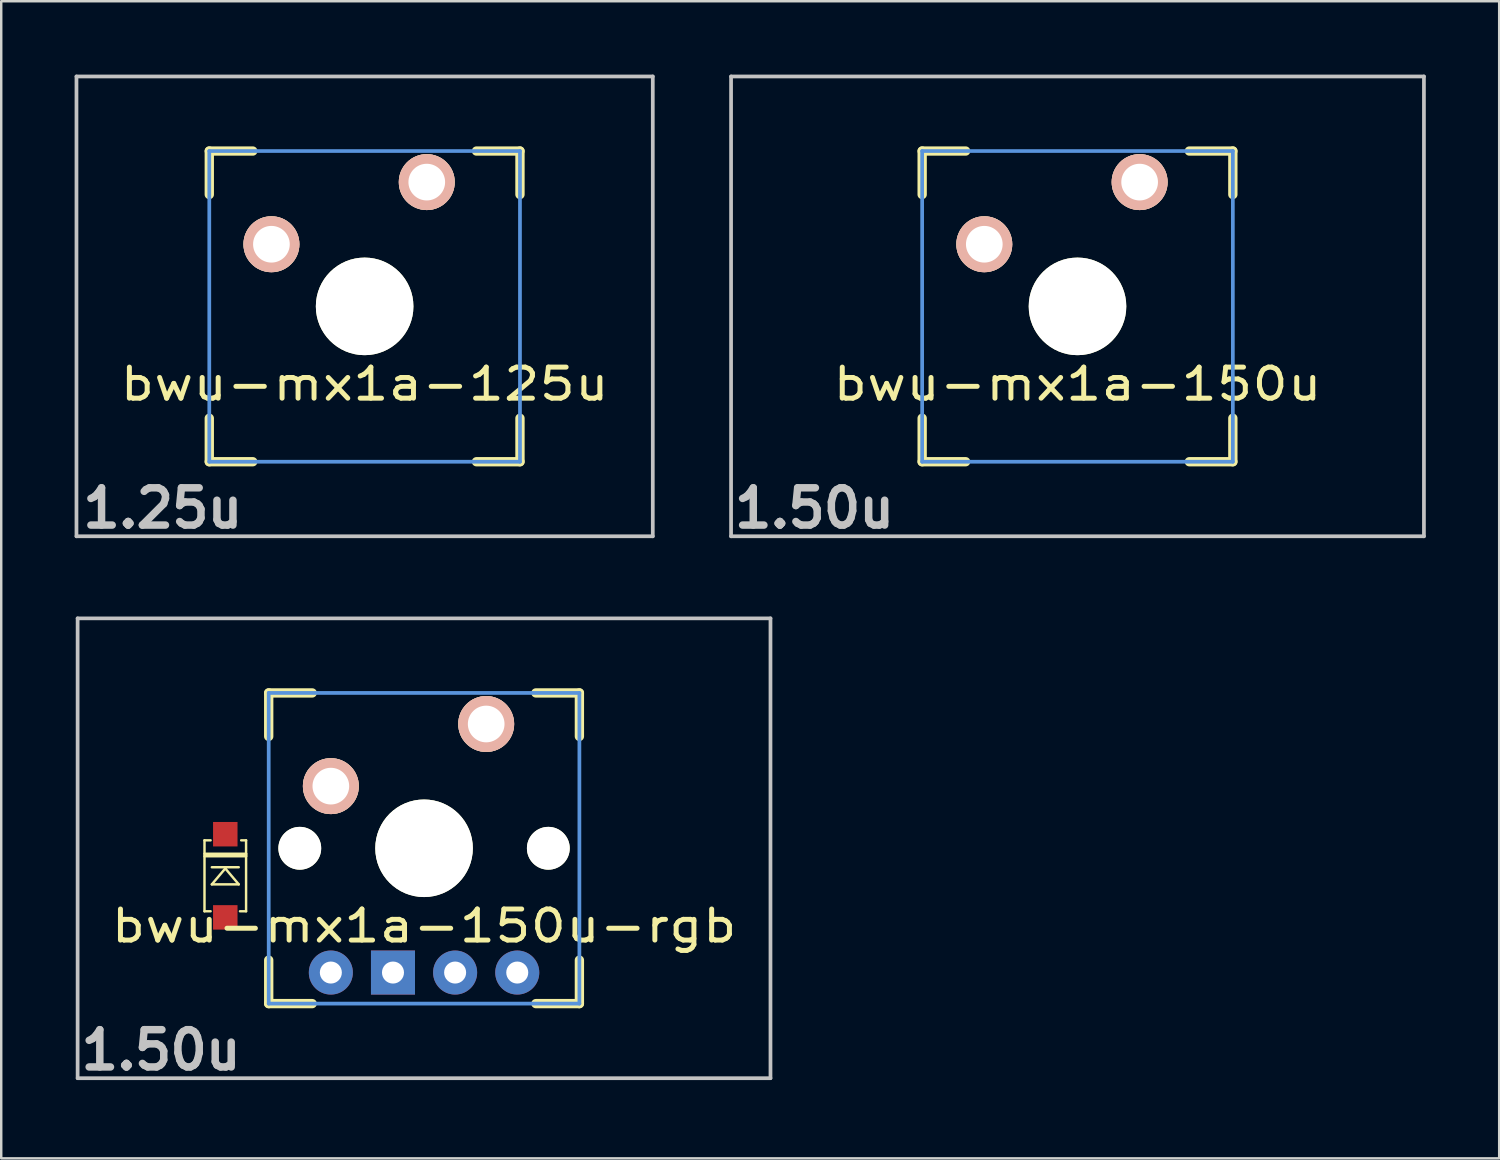
<source format=kicad_pcb>
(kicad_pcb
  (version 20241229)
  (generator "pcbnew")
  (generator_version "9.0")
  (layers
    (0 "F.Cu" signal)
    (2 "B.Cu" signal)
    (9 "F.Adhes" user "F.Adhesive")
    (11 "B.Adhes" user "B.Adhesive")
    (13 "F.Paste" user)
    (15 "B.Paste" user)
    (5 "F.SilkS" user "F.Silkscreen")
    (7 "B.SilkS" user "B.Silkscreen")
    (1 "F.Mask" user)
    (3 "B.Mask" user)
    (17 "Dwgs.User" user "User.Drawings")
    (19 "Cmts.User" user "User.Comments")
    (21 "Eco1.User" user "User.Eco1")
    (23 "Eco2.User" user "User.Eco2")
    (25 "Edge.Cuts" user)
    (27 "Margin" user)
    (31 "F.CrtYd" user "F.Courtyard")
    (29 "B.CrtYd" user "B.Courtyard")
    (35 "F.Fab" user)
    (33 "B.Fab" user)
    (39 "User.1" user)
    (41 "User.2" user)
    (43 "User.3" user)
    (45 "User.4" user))
  (footprint "bwu-mx1a-125u"
    (layer "F.Cu")
    (at 11.855 9.474)
    (property "Reference" "bwu-mx1a-125u" (at 0 3.175 0) (layer "F.SilkS") (effects (font (size 1.27 1.524) (thickness 0.203))))
    (attr through_hole)
    (fp_line (start -6.35 -6.35) (end -4.572 -6.35) (stroke (width 0.381) (type solid)) (layer "F.SilkS"))
    (fp_line (start -6.35 -4.572) (end -6.35 -6.35) (stroke (width 0.381) (type solid)) (layer "F.SilkS"))
    (fp_line (start -6.35 6.35) (end -6.35 4.572) (stroke (width 0.381) (type solid)) (layer "F.SilkS"))
    (fp_line (start -4.572 6.35) (end -6.35 6.35) (stroke (width 0.381) (type solid)) (layer "F.SilkS"))
    (fp_line (start 4.572 -6.35) (end 6.35 -6.35) (stroke (width 0.381) (type solid)) (layer "F.SilkS"))
    (fp_line (start 6.35 -6.35) (end 6.35 -4.572) (stroke (width 0.381) (type solid)) (layer "F.SilkS"))
    (fp_line (start 6.35 4.572) (end 6.35 6.35) (stroke (width 0.381) (type solid)) (layer "F.SilkS"))
    (fp_line (start 6.35 6.35) (end 4.572 6.35) (stroke (width 0.381) (type solid)) (layer "F.SilkS"))
    (fp_line (start -11.779 -9.398) (end 11.779 -9.398) (stroke (width 0.152) (type solid)) (layer "Dwgs.User"))
    (fp_line (start -11.779 9.398) (end -11.779 -9.398) (stroke (width 0.152) (type solid)) (layer "Dwgs.User"))
    (fp_line (start 11.779 -9.398) (end 11.779 9.398) (stroke (width 0.152) (type solid)) (layer "Dwgs.User"))
    (fp_line (start 11.779 9.398) (end -11.779 9.398) (stroke (width 0.152) (type solid)) (layer "Dwgs.User"))
    (fp_line (start -6.35 -6.35) (end 6.35 -6.35) (stroke (width 0.152) (type solid)) (layer "Cmts.User"))
    (fp_line (start -6.35 6.35) (end -6.35 -6.35) (stroke (width 0.152) (type solid)) (layer "Cmts.User"))
    (fp_line (start 6.35 -6.35) (end 6.35 6.35) (stroke (width 0.152) (type solid)) (layer "Cmts.User"))
    (fp_line (start 6.35 6.35) (end -6.35 6.35) (stroke (width 0.152) (type solid)) (layer "Cmts.User"))
    (fp_line (start -6.985 -6.985) (end 6.985 -6.985) (stroke (width 0.152) (type solid)) (layer "Eco2.User"))
    (fp_line (start -6.985 6.985) (end -6.985 -6.985) (stroke (width 0.152) (type solid)) (layer "Eco2.User"))
    (fp_line (start 6.985 -6.985) (end 6.985 6.985) (stroke (width 0.152) (type solid)) (layer "Eco2.User"))
    (fp_line (start 6.985 6.985) (end -6.985 6.985) (stroke (width 0.152) (type solid)) (layer "Eco2.User"))
    (fp_text user "1.25u" (at -8.25 8.25 0) (layer "Dwgs.User") (effects (font (size 1.524 1.524) (thickness 0.305))))
    (pad "" np_thru_hole circle (at 0 0) (size 3.988 3.988) (drill 3.988) (layers "*.Cu" "*.Mask" "F.SilkS"))
    (pad "1" thru_hole circle (at 2.54 -5.08) (size 2.286 2.286) (drill 1.499) (layers "*.Cu" "*.SilkS" "*.Mask"))
    (pad "2" thru_hole circle (at -3.81 -2.54) (size 2.286 2.286) (drill 1.499) (layers "*.Cu" "*.SilkS" "*.Mask")))
  (footprint "bwu-mx1a-150u-rgb"
    (layer "F.Cu")
    (at 14.284 31.625)
    (property "Reference" "bwu-mx1a-150u-rgb" (at 0 3.175 0) (layer "F.SilkS") (effects (font (size 1.27 1.524) (thickness 0.203))))
    (attr smd)
    (fp_line (start -8.975 -0.325) (end -8.975 2.575) (stroke (width 0.1) (type solid)) (layer "F.SilkS"))
    (fp_line (start -8.975 0.225) (end -7.275 0.225) (stroke (width 0.1) (type solid)) (layer "F.SilkS"))
    (fp_line (start -8.975 2.575) (end -8.725 2.575) (stroke (width 0.1) (type solid)) (layer "F.SilkS"))
    (fp_line (start -8.725 -0.325) (end -8.975 -0.325) (stroke (width 0.1) (type solid)) (layer "F.SilkS"))
    (fp_line (start -8.675 0.775) (end -7.575 0.775) (stroke (width 0.1) (type solid)) (layer "F.SilkS"))
    (fp_line (start -8.675 1.475) (end -7.575 1.475) (stroke (width 0.1) (type solid)) (layer "F.SilkS"))
    (fp_line (start -8.125 0.825) (end -8.675 1.475) (stroke (width 0.1) (type solid)) (layer "F.SilkS"))
    (fp_line (start -7.575 1.475) (end -8.125 0.825) (stroke (width 0.1) (type solid)) (layer "F.SilkS"))
    (fp_line (start -7.525 2.575) (end -7.275 2.575) (stroke (width 0.1) (type solid)) (layer "F.SilkS"))
    (fp_line (start -7.275 -0.325) (end -7.475 -0.325) (stroke (width 0.1) (type solid)) (layer "F.SilkS"))
    (fp_line (start -7.275 0.225) (end -7.275 0.325) (stroke (width 0.1) (type solid)) (layer "F.SilkS"))
    (fp_line (start -7.275 0.325) (end -8.975 0.325) (stroke (width 0.1) (type solid)) (layer "F.SilkS"))
    (fp_line (start -7.275 2.575) (end -7.275 -0.325) (stroke (width 0.1) (type solid)) (layer "F.SilkS"))
    (fp_line (start -6.35 -6.35) (end -4.572 -6.35) (stroke (width 0.381) (type solid)) (layer "F.SilkS"))
    (fp_line (start -6.35 -4.572) (end -6.35 -6.35) (stroke (width 0.381) (type solid)) (layer "F.SilkS"))
    (fp_line (start -6.35 6.35) (end -6.35 4.572) (stroke (width 0.381) (type solid)) (layer "F.SilkS"))
    (fp_line (start -4.572 6.35) (end -6.35 6.35) (stroke (width 0.381) (type solid)) (layer "F.SilkS"))
    (fp_line (start 4.572 -6.35) (end 6.35 -6.35) (stroke (width 0.381) (type solid)) (layer "F.SilkS"))
    (fp_line (start 6.35 -6.35) (end 6.35 -4.572) (stroke (width 0.381) (type solid)) (layer "F.SilkS"))
    (fp_line (start 6.35 4.572) (end 6.35 6.35) (stroke (width 0.381) (type solid)) (layer "F.SilkS"))
    (fp_line (start 6.35 6.35) (end 4.572 6.35) (stroke (width 0.381) (type solid)) (layer "F.SilkS"))
    (fp_line (start -14.161 -9.398) (end 14.161 -9.398) (stroke (width 0.152) (type solid)) (layer "Dwgs.User"))
    (fp_line (start -14.161 9.398) (end -14.161 -9.398) (stroke (width 0.152) (type solid)) (layer "Dwgs.User"))
    (fp_line (start 14.161 -9.398) (end 14.161 9.398) (stroke (width 0.152) (type solid)) (layer "Dwgs.User"))
    (fp_line (start 14.161 9.398) (end -14.161 9.398) (stroke (width 0.152) (type solid)) (layer "Dwgs.User"))
    (fp_line (start -6.35 -6.35) (end 6.35 -6.35) (stroke (width 0.152) (type solid)) (layer "Cmts.User"))
    (fp_line (start -6.35 6.35) (end -6.35 -6.35) (stroke (width 0.152) (type solid)) (layer "Cmts.User"))
    (fp_line (start 6.35 -6.35) (end 6.35 6.35) (stroke (width 0.152) (type solid)) (layer "Cmts.User"))
    (fp_line (start 6.35 6.35) (end -6.35 6.35) (stroke (width 0.152) (type solid)) (layer "Cmts.User"))
    (fp_line (start -6.985 -6.985) (end 6.985 -6.985) (stroke (width 0.152) (type solid)) (layer "Eco2.User"))
    (fp_line (start -6.985 6.985) (end -6.985 -6.985) (stroke (width 0.152) (type solid)) (layer "Eco2.User"))
    (fp_line (start 6.985 -6.985) (end 6.985 6.985) (stroke (width 0.152) (type solid)) (layer "Eco2.User"))
    (fp_line (start 6.985 6.985) (end -6.985 6.985) (stroke (width 0.152) (type solid)) (layer "Eco2.User"))
    (fp_text user "1.50u" (at -10.75 8.25 0) (layer "Dwgs.User") (effects (font (size 1.524 1.524) (thickness 0.305))))
    (pad "" np_thru_hole circle (at -5.08 0) (size 1.75 1.75) (drill 1.75) (layers "*.Cu" "*.Mask" "F.SilkS"))
    (pad "" np_thru_hole circle (at 0 0) (size 3.988 3.988) (drill 3.988) (layers "*.Cu" "*.Mask" "F.SilkS"))
    (pad "" np_thru_hole circle (at 5.08 0) (size 1.75 1.75) (drill 1.75) (layers "*.Cu" "*.Mask" "F.SilkS"))
    (pad "1" thru_hole circle (at 2.54 -5.08) (size 2.286 2.286) (drill 1.499) (layers "*.Cu" "*.SilkS" "*.Mask"))
    (pad "2" smd rect (at -8.125 -0.575 90) (size 1 1) (layers "F.Cu" "F.Mask" "F.Paste"))
    (pad "2" thru_hole circle (at -3.81 -2.54) (size 2.286 2.286) (drill 1.499) (layers "*.Cu" "*.SilkS" "*.Mask"))
    (pad "3" smd rect (at -8.125 2.825 90) (size 1 1) (layers "F.Cu" "F.Mask" "F.Paste"))
    (pad "4" thru_hole oval (at -3.81 5.08) (size 1.8 1.8) (drill 0.9) (layers "*.Cu" "*.Mask"))
    (pad "5" thru_hole rect (at -1.27 5.08) (size 1.8 1.8) (drill 0.9) (layers "*.Cu" "*.Mask"))
    (pad "6" thru_hole oval (at 1.27 5.08) (size 1.8 1.8) (drill 0.9) (layers "*.Cu" "*.Mask"))
    (pad "7" thru_hole oval (at 3.81 5.08) (size 1.8 1.8) (drill 0.9) (layers "*.Cu" "*.Mask")))
  (footprint "bwu-mx1a-150u"
    (layer "F.Cu")
    (at 40.995 9.474)
    (property "Reference" "bwu-mx1a-150u" (at 0 3.175 0) (layer "F.SilkS") (effects (font (size 1.27 1.524) (thickness 0.203))))
    (attr through_hole)
    (fp_line (start -6.35 -6.35) (end -4.572 -6.35) (stroke (width 0.381) (type solid)) (layer "F.SilkS"))
    (fp_line (start -6.35 -4.572) (end -6.35 -6.35) (stroke (width 0.381) (type solid)) (layer "F.SilkS"))
    (fp_line (start -6.35 6.35) (end -6.35 4.572) (stroke (width 0.381) (type solid)) (layer "F.SilkS"))
    (fp_line (start -4.572 6.35) (end -6.35 6.35) (stroke (width 0.381) (type solid)) (layer "F.SilkS"))
    (fp_line (start 4.572 -6.35) (end 6.35 -6.35) (stroke (width 0.381) (type solid)) (layer "F.SilkS"))
    (fp_line (start 6.35 -6.35) (end 6.35 -4.572) (stroke (width 0.381) (type solid)) (layer "F.SilkS"))
    (fp_line (start 6.35 4.572) (end 6.35 6.35) (stroke (width 0.381) (type solid)) (layer "F.SilkS"))
    (fp_line (start 6.35 6.35) (end 4.572 6.35) (stroke (width 0.381) (type solid)) (layer "F.SilkS"))
    (fp_line (start -14.161 -9.398) (end 14.161 -9.398) (stroke (width 0.152) (type solid)) (layer "Dwgs.User"))
    (fp_line (start -14.161 9.398) (end -14.161 -9.398) (stroke (width 0.152) (type solid)) (layer "Dwgs.User"))
    (fp_line (start 14.161 -9.398) (end 14.161 9.398) (stroke (width 0.152) (type solid)) (layer "Dwgs.User"))
    (fp_line (start 14.161 9.398) (end -14.161 9.398) (stroke (width 0.152) (type solid)) (layer "Dwgs.User"))
    (fp_line (start -6.35 -6.35) (end 6.35 -6.35) (stroke (width 0.152) (type solid)) (layer "Cmts.User"))
    (fp_line (start -6.35 6.35) (end -6.35 -6.35) (stroke (width 0.152) (type solid)) (layer "Cmts.User"))
    (fp_line (start 6.35 -6.35) (end 6.35 6.35) (stroke (width 0.152) (type solid)) (layer "Cmts.User"))
    (fp_line (start 6.35 6.35) (end -6.35 6.35) (stroke (width 0.152) (type solid)) (layer "Cmts.User"))
    (fp_line (start -6.985 -6.985) (end 6.985 -6.985) (stroke (width 0.152) (type solid)) (layer "Eco2.User"))
    (fp_line (start -6.985 6.985) (end -6.985 -6.985) (stroke (width 0.152) (type solid)) (layer "Eco2.User"))
    (fp_line (start 6.985 -6.985) (end 6.985 6.985) (stroke (width 0.152) (type solid)) (layer "Eco2.User"))
    (fp_line (start 6.985 6.985) (end -6.985 6.985) (stroke (width 0.152) (type solid)) (layer "Eco2.User"))
    (fp_text user "1.50u" (at -10.75 8.25 0) (layer "Dwgs.User") (effects (font (size 1.524 1.524) (thickness 0.305))))
    (pad "" np_thru_hole circle (at 0 0) (size 3.988 3.988) (drill 3.988) (layers "*.Cu" "*.Mask" "F.SilkS"))
    (pad "1" thru_hole circle (at 2.54 -5.08) (size 2.286 2.286) (drill 1.499) (layers "*.Cu" "*.SilkS" "*.Mask"))
    (pad "2" thru_hole circle (at -3.81 -2.54) (size 2.286 2.286) (drill 1.499) (layers "*.Cu" "*.SilkS" "*.Mask")))
  (gr_rect
    (start -3 -3)
    (end 58.232 44.301)
    (stroke (width 0.1) (type default))
    (fill no)
    (layer "Edge.Cuts")))
</source>
